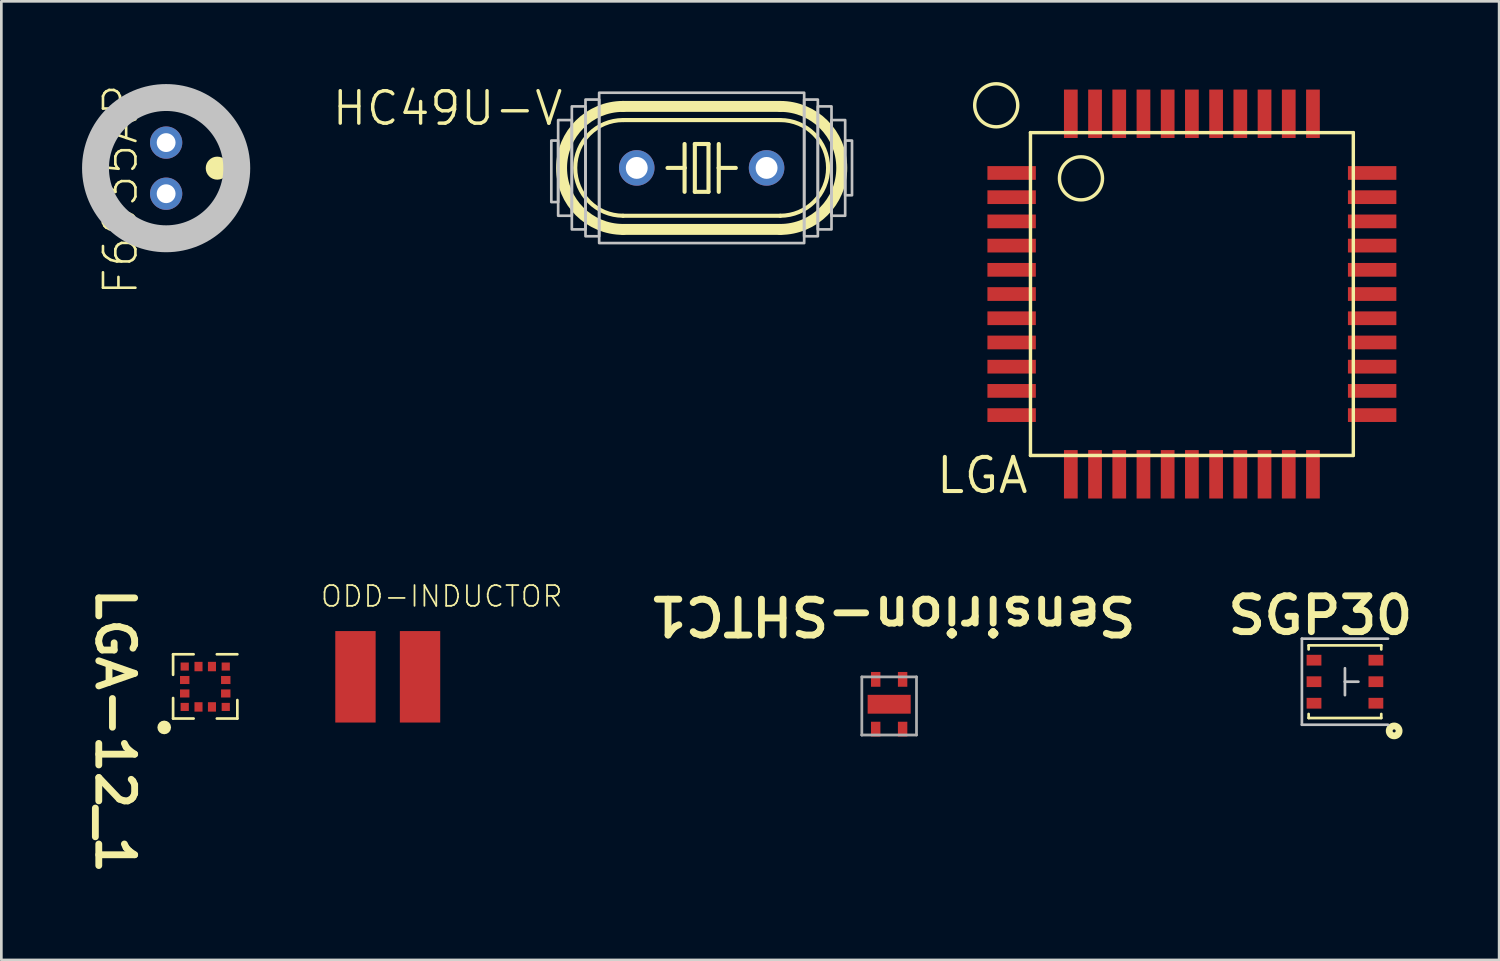
<source format=kicad_pcb>
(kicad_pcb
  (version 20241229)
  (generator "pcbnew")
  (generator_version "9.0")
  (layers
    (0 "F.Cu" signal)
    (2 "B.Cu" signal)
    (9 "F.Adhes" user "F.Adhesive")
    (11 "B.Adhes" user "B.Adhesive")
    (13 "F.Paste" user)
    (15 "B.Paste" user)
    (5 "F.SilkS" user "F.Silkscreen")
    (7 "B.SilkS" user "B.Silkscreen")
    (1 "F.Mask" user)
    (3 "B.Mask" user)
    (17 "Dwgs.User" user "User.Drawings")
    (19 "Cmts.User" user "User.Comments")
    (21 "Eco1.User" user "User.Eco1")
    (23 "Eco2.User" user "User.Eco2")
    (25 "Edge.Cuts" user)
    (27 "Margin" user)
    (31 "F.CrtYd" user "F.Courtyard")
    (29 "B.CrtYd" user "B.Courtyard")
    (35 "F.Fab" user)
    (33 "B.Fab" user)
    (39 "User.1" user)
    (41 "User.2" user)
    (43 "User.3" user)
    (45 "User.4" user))
  (footprint "LGA"
    (layer "F.Cu")
    (at 35.251 13.879)
    (property "Reference" "LGA" (at 0 0 0) (layer "F.SilkS") (effects (font (size 1.27 1.27) (thickness 0.15)) (justify right top)))
    (attr through_hole)
    (fp_line (start 0 -12) (end 0 0) (stroke (width 0.127) (type solid)) (layer "F.SilkS"))
    (fp_line (start 12 -12) (end 0 -12) (stroke (width 0.127) (type solid)) (layer "F.SilkS"))
    (fp_line (start 12 -12) (end 12 0) (stroke (width 0.127) (type solid)) (layer "F.SilkS"))
    (fp_line (start 12 0) (end 0 0) (stroke (width 0.127) (type solid)) (layer "F.SilkS"))
    (fp_circle (center -1.273 -13.015) (end -0.473 -13.015) (stroke (width 0.127) (type solid)) (fill no) (layer "F.SilkS"))
    (fp_circle (center 1.877 -10.3) (end 2.677 -10.3) (stroke (width 0.127) (type solid)) (fill no) (layer "F.SilkS"))
    (pad "P$1" smd rect (at -0.7 -10.5) (size 1.8 0.51) (layers "F.Cu" "F.Mask" "F.Paste"))
    (pad "P$2" smd rect (at -0.7 -9.6) (size 1.8 0.51) (layers "F.Cu" "F.Mask" "F.Paste"))
    (pad "P$3" smd rect (at -0.7 -8.7) (size 1.8 0.51) (layers "F.Cu" "F.Mask" "F.Paste"))
    (pad "P$4" smd rect (at -0.7 -7.8) (size 1.8 0.51) (layers "F.Cu" "F.Mask" "F.Paste"))
    (pad "P$5" smd rect (at -0.7 -6.9) (size 1.8 0.51) (layers "F.Cu" "F.Mask" "F.Paste"))
    (pad "P$6" smd rect (at -0.7 -6) (size 1.8 0.51) (layers "F.Cu" "F.Mask" "F.Paste"))
    (pad "P$7" smd rect (at -0.7 -5.1) (size 1.8 0.51) (layers "F.Cu" "F.Mask" "F.Paste"))
    (pad "P$8" smd rect (at -0.7 -4.2) (size 1.8 0.51) (layers "F.Cu" "F.Mask" "F.Paste"))
    (pad "P$9" smd rect (at -0.7 -3.3) (size 1.8 0.51) (layers "F.Cu" "F.Mask" "F.Paste"))
    (pad "P$10" smd rect (at -0.7 -2.4) (size 1.8 0.51) (layers "F.Cu" "F.Mask" "F.Paste"))
    (pad "P$11" smd rect (at -0.7 -1.5) (size 1.8 0.51) (layers "F.Cu" "F.Mask" "F.Paste"))
    (pad "P$12" smd rect (at 1.5 0.7 90) (size 1.8 0.51) (layers "F.Cu" "F.Mask" "F.Paste"))
    (pad "P$13" smd rect (at 2.4 0.7 90) (size 1.8 0.51) (layers "F.Cu" "F.Mask" "F.Paste"))
    (pad "P$14" smd rect (at 3.3 0.7 90) (size 1.8 0.51) (layers "F.Cu" "F.Mask" "F.Paste"))
    (pad "P$15" smd rect (at 4.2 0.7 90) (size 1.8 0.51) (layers "F.Cu" "F.Mask" "F.Paste"))
    (pad "P$16" smd rect (at 5.1 0.7 90) (size 1.8 0.51) (layers "F.Cu" "F.Mask" "F.Paste"))
    (pad "P$17" smd rect (at 6 0.7 90) (size 1.8 0.51) (layers "F.Cu" "F.Mask" "F.Paste"))
    (pad "P$18" smd rect (at 6.9 0.7 90) (size 1.8 0.51) (layers "F.Cu" "F.Mask" "F.Paste"))
    (pad "P$19" smd rect (at 7.8 0.7 90) (size 1.8 0.51) (layers "F.Cu" "F.Mask" "F.Paste"))
    (pad "P$20" smd rect (at 8.7 0.7 90) (size 1.8 0.51) (layers "F.Cu" "F.Mask" "F.Paste"))
    (pad "P$21" smd rect (at 9.6 0.7 90) (size 1.8 0.51) (layers "F.Cu" "F.Mask" "F.Paste"))
    (pad "P$22" smd rect (at 10.5 0.7 90) (size 1.8 0.51) (layers "F.Cu" "F.Mask" "F.Paste"))
    (pad "P$23" smd rect (at 12.7 -1.5 180) (size 1.8 0.51) (layers "F.Cu" "F.Mask" "F.Paste"))
    (pad "P$24" smd rect (at 12.7 -2.4 180) (size 1.8 0.51) (layers "F.Cu" "F.Mask" "F.Paste"))
    (pad "P$25" smd rect (at 12.7 -3.3 180) (size 1.8 0.51) (layers "F.Cu" "F.Mask" "F.Paste"))
    (pad "P$26" smd rect (at 12.7 -4.2 180) (size 1.8 0.51) (layers "F.Cu" "F.Mask" "F.Paste"))
    (pad "P$27" smd rect (at 12.7 -5.1 180) (size 1.8 0.51) (layers "F.Cu" "F.Mask" "F.Paste"))
    (pad "P$28" smd rect (at 12.7 -6 180) (size 1.8 0.51) (layers "F.Cu" "F.Mask" "F.Paste"))
    (pad "P$29" smd rect (at 12.7 -6.9 180) (size 1.8 0.51) (layers "F.Cu" "F.Mask" "F.Paste"))
    (pad "P$30" smd rect (at 12.7 -7.8 180) (size 1.8 0.51) (layers "F.Cu" "F.Mask" "F.Paste"))
    (pad "P$31" smd rect (at 12.7 -8.7 180) (size 1.8 0.51) (layers "F.Cu" "F.Mask" "F.Paste"))
    (pad "P$32" smd rect (at 12.7 -9.6 180) (size 1.8 0.51) (layers "F.Cu" "F.Mask" "F.Paste"))
    (pad "P$33" smd rect (at 12.7 -10.5 180) (size 1.8 0.51) (layers "F.Cu" "F.Mask" "F.Paste"))
    (pad "P$34" smd rect (at 10.5 -12.7 270) (size 1.8 0.51) (layers "F.Cu" "F.Mask" "F.Paste"))
    (pad "P$35" smd rect (at 9.6 -12.7 270) (size 1.8 0.51) (layers "F.Cu" "F.Mask" "F.Paste"))
    (pad "P$36" smd rect (at 8.7 -12.7 270) (size 1.8 0.51) (layers "F.Cu" "F.Mask" "F.Paste"))
    (pad "P$37" smd rect (at 7.8 -12.7 270) (size 1.8 0.51) (layers "F.Cu" "F.Mask" "F.Paste"))
    (pad "P$38" smd rect (at 6.9 -12.7 270) (size 1.8 0.51) (layers "F.Cu" "F.Mask" "F.Paste"))
    (pad "P$39" smd rect (at 6 -12.7 270) (size 1.8 0.51) (layers "F.Cu" "F.Mask" "F.Paste"))
    (pad "P$40" smd rect (at 5.1 -12.7 270) (size 1.8 0.51) (layers "F.Cu" "F.Mask" "F.Paste"))
    (pad "P$41" smd rect (at 4.2 -12.7 270) (size 1.8 0.51) (layers "F.Cu" "F.Mask" "F.Paste"))
    (pad "P$42" smd rect (at 3.3 -12.7 270) (size 1.8 0.51) (layers "F.Cu" "F.Mask" "F.Paste"))
    (pad "P$43" smd rect (at 2.4 -12.7 270) (size 1.8 0.51) (layers "F.Cu" "F.Mask" "F.Paste"))
    (pad "P$44" smd rect (at 1.5 -12.7 270) (size 1.8 0.51) (layers "F.Cu" "F.Mask" "F.Paste")))
  (footprint "SGP30"
    (layer "F.Cu")
    (at 46.94 22.288)
    (property "Reference" "SGP30" (at -0.914 -2.464 0) (unlocked yes) (layer "F.SilkS") (effects (font (size 1.333 1.402) (thickness 0.254))))
    (attr smd)
    (fp_line (start -1.35 -1.35) (end -1.35 -1.2) (stroke (width 0.1) (type solid)) (layer "F.SilkS"))
    (fp_line (start -1.35 1.2) (end -1.35 1.35) (stroke (width 0.1) (type solid)) (layer "F.SilkS"))
    (fp_line (start 1.35 -1.35) (end -1.35 -1.35) (stroke (width 0.1) (type solid)) (layer "F.SilkS"))
    (fp_line (start 1.35 -1.35) (end 1.35 -1.2) (stroke (width 0.1) (type solid)) (layer "F.SilkS"))
    (fp_line (start 1.35 1.2) (end 1.35 1.35) (stroke (width 0.1) (type solid)) (layer "F.SilkS"))
    (fp_line (start 1.35 1.35) (end -1.35 1.35) (stroke (width 0.1) (type solid)) (layer "F.SilkS"))
    (fp_arc (start 1.772 1.8288) (mid 1.8856 1.8288) (end 1.772 1.8288) (stroke (width 0.254) (type solid)) (layer "F.SilkS"))
    (fp_line (start -1.6 -1.6) (end -1.6 1.6) (stroke (width 0.1) (type solid)) (layer "Dwgs.User"))
    (fp_line (start 0 -0.5) (end 0 0) (stroke (width 0.1) (type solid)) (layer "Dwgs.User"))
    (fp_line (start 0 0) (end 0 0.5) (stroke (width 0.1) (type solid)) (layer "Dwgs.User"))
    (fp_line (start 0.5 0) (end 0 0) (stroke (width 0.1) (type solid)) (layer "Dwgs.User"))
    (fp_line (start 1.6 -1.6) (end -1.6 -1.6) (stroke (width 0.1) (type solid)) (layer "Dwgs.User"))
    (fp_line (start 1.6 1.6) (end -1.6 1.6) (stroke (width 0.1) (type solid)) (layer "Dwgs.User"))
    (pad "1" smd rect (at 1.15 0.8) (size 0.55 0.4) (layers "F.Cu" "F.Mask" "F.Paste"))
    (pad "2" smd rect (at 1.15 0) (size 0.55 0.4) (layers "F.Cu" "F.Mask" "F.Paste"))
    (pad "3" smd rect (at 1.15 -0.8) (size 0.55 0.4) (layers "F.Cu" "F.Mask" "F.Paste"))
    (pad "4" smd rect (at -1.15 -0.8) (size 0.55 0.4) (layers "F.Cu" "F.Mask" "F.Paste"))
    (pad "5" smd rect (at -1.15 0) (size 0.55 0.4) (layers "F.Cu" "F.Mask" "F.Paste"))
    (pad "6" smd rect (at -1.15 0.8) (size 0.55 0.4) (layers "F.Cu" "F.Mask" "F.Paste")))
  (footprint "F6035AP"
    (layer "F.Cu")
    (at 3.125 3.2)
    (property "Reference" "F6035AP" (at -2.4 -3.2 270) (layer "F.SilkS") (effects (font (size 1.206 1.206) (thickness 0.097)) (justify right top)))
    (attr through_hole)
    (fp_circle (center 0 0) (end 2.875 0) (stroke (width 0.203) (type solid)) (fill no) (layer "F.SilkS"))
    (fp_circle (center 1.9 0) (end 2.328 0) (stroke (width 0) (type solid)) (fill yes) (layer "F.SilkS"))
    (fp_circle (center 0 0) (end 2.625 0) (stroke (width 1) (type solid)) (fill no) (layer "Dwgs.User"))
    (pad "1" thru_hole circle (at 0 -0.95) (size 1.2 1.2) (drill 0.7) (layers "*.Cu" "*.Mask"))
    (pad "2" thru_hole circle (at 0 0.95) (size 1.2 1.2) (drill 0.7) (layers "*.Cu" "*.Mask")))
  (footprint "HC49U-V"
    (layer "F.Cu")
    (at 23.03 3.191)
    (property "Reference" "HC49U-V" (at -5.08 -2.921 0) (layer "F.SilkS") (effects (font (size 1.206 1.206) (thickness 0.127)) (justify right top)))
    (attr through_hole)
    (fp_line (start -2.921 -2.286) (end 2.921 -2.286) (stroke (width 0.406) (type solid)) (layer "F.SilkS"))
    (fp_line (start -2.921 1.778) (end 2.921 1.778) (stroke (width 0.152) (type solid)) (layer "F.SilkS"))
    (fp_line (start -2.921 2.286) (end 2.921 2.286) (stroke (width 0.406) (type solid)) (layer "F.SilkS"))
    (fp_line (start -0.635 -0.889) (end -0.635 0) (stroke (width 0.152) (type solid)) (layer "F.SilkS"))
    (fp_line (start -0.635 0) (end -1.27 0) (stroke (width 0.152) (type solid)) (layer "F.SilkS"))
    (fp_line (start -0.635 0) (end -0.635 0.889) (stroke (width 0.152) (type solid)) (layer "F.SilkS"))
    (fp_line (start -0.254 -0.889) (end 0.254 -0.889) (stroke (width 0.152) (type solid)) (layer "F.SilkS"))
    (fp_line (start -0.254 0.889) (end -0.254 -0.889) (stroke (width 0.152) (type solid)) (layer "F.SilkS"))
    (fp_line (start 0.254 -0.889) (end 0.254 0.889) (stroke (width 0.152) (type solid)) (layer "F.SilkS"))
    (fp_line (start 0.254 0.889) (end -0.254 0.889) (stroke (width 0.152) (type solid)) (layer "F.SilkS"))
    (fp_line (start 0.635 -0.889) (end 0.635 0) (stroke (width 0.152) (type solid)) (layer "F.SilkS"))
    (fp_line (start 0.635 0) (end 0.635 0.889) (stroke (width 0.152) (type solid)) (layer "F.SilkS"))
    (fp_line (start 0.635 0) (end 1.27 0) (stroke (width 0.152) (type solid)) (layer "F.SilkS"))
    (fp_line (start 2.921 -1.778) (end -2.921 -1.778) (stroke (width 0.152) (type solid)) (layer "F.SilkS"))
    (fp_arc (start -2.921 1.778) (mid -4.699 0) (end -2.921 -1.778) (stroke (width 0.1524) (type solid)) (layer "F.SilkS"))
    (fp_arc (start -2.921 2.286) (mid -5.207 0) (end -2.921 -2.286) (stroke (width 0.4064) (type solid)) (layer "F.SilkS"))
    (fp_arc (start 2.921 -2.286) (mid 5.207 0) (end 2.921 2.286) (stroke (width 0.4064) (type solid)) (layer "F.SilkS"))
    (fp_arc (start 2.921 -1.778) (mid 4.699 0) (end 2.921 1.778) (stroke (width 0.1524) (type solid)) (layer "F.SilkS"))
    (fp_poly (pts (xy -5.588 1.27) (xy -5.334 1.27) (xy -5.334 -1.016) (xy -5.588 -1.016)) (stroke (width 0.1) (type solid)) (fill no) (layer "Dwgs.User"))
    (fp_poly (pts (xy -5.334 1.778) (xy -4.826 1.778) (xy -4.826 -1.778) (xy -5.334 -1.778)) (stroke (width 0.1) (type solid)) (fill no) (layer "Dwgs.User"))
    (fp_poly (pts (xy -4.826 2.286) (xy -4.318 2.286) (xy -4.318 -2.286) (xy -4.826 -2.286)) (stroke (width 0.1) (type solid)) (fill no) (layer "Dwgs.User"))
    (fp_poly (pts (xy -4.318 2.54) (xy -3.81 2.54) (xy -3.81 -2.54) (xy -4.318 -2.54)) (stroke (width 0.1) (type solid)) (fill no) (layer "Dwgs.User"))
    (fp_poly (pts (xy -3.81 2.794) (xy 3.81 2.794) (xy 3.81 -2.794) (xy -3.81 -2.794)) (stroke (width 0.1) (type solid)) (fill no) (layer "Dwgs.User"))
    (fp_poly (pts (xy 3.81 2.54) (xy 4.318 2.54) (xy 4.318 -2.54) (xy 3.81 -2.54)) (stroke (width 0.1) (type solid)) (fill no) (layer "Dwgs.User"))
    (fp_poly (pts (xy 4.318 2.286) (xy 4.826 2.286) (xy 4.826 -2.286) (xy 4.318 -2.286)) (stroke (width 0.1) (type solid)) (fill no) (layer "Dwgs.User"))
    (fp_poly (pts (xy 4.826 1.778) (xy 5.334 1.778) (xy 5.334 -1.778) (xy 4.826 -1.778)) (stroke (width 0.1) (type solid)) (fill no) (layer "Dwgs.User"))
    (fp_poly (pts (xy 5.334 1.016) (xy 5.588 1.016) (xy 5.588 -1.016) (xy 5.334 -1.016)) (stroke (width 0.1) (type solid)) (fill no) (layer "Dwgs.User"))
    (pad "1" thru_hole circle (at -2.413 0) (size 1.321 1.321) (drill 0.813) (layers "*.Cu" "*.Mask"))
    (pad "2" thru_hole circle (at 2.413 0) (size 1.321 1.321) (drill 0.813) (layers "*.Cu" "*.Mask")))
  (footprint "Sensirion-SHTC1"
    (layer "F.Cu")
    (at 29.999 23.126)
    (property "Reference" "Sensirion-SHTC1" (at 0.127 -3.302 180) (unlocked yes) (layer "F.SilkS") (effects (font (size 1.333 1.402) (thickness 0.254))))
    (attr smd)
    (fp_line (start -1.016 -1.016) (end -1.016 1.143) (stroke (width 0.102) (type solid)) (layer "F.Fab"))
    (fp_line (start -1.016 1.143) (end -1.016 1.143) (stroke (width 0.102) (type solid)) (layer "F.Fab"))
    (fp_line (start 1.016 -1.016) (end -1.016 -1.016) (stroke (width 0.102) (type solid)) (layer "F.Fab"))
    (fp_line (start 1.016 -1.016) (end 1.016 1.143) (stroke (width 0.102) (type solid)) (layer "F.Fab"))
    (fp_line (start 1.016 1.143) (end -1.016 1.143) (stroke (width 0.102) (type solid)) (layer "F.Fab"))
    (pad "1" smd rect (at 0.5 -0.925) (size 0.35 0.55) (layers "F.Cu" "F.Mask" "F.Paste"))
    (pad "2" smd rect (at -0.5 -0.925 180) (size 0.35 0.55) (layers "F.Cu" "F.Mask" "F.Paste"))
    (pad "3" smd rect (at -0.5 0.925 180) (size 0.35 0.55) (layers "F.Cu" "F.Mask" "F.Paste"))
    (pad "4" smd rect (at 0.5 0.925) (size 0.35 0.55) (layers "F.Cu" "F.Mask" "F.Paste"))
    (pad "5" smd rect (at 0 0) (size 1.6 0.7) (layers "F.Cu" "F.Mask" "F.Paste")))
  (footprint "LGA-12_1"
    (layer "F.Cu")
    (at 3.816 23.225)
    (property "Reference" "LGA-12_1" (at -2.591 0.889 270) (unlocked yes) (layer "F.SilkS") (effects (font (size 1.333 1.402) (thickness 0.254))))
    (attr smd)
    (fp_line (start -0.432 -1.956) (end -0.432 -1.194) (stroke (width 0.1) (type solid)) (layer "F.SilkS"))
    (fp_line (start -0.432 -0.33) (end -0.432 0.432) (stroke (width 0.1) (type solid)) (layer "F.SilkS"))
    (fp_line (start 0.33 -1.956) (end -0.432 -1.956) (stroke (width 0.1) (type solid)) (layer "F.SilkS"))
    (fp_line (start 0.33 0.432) (end -0.432 0.432) (stroke (width 0.1) (type solid)) (layer "F.SilkS"))
    (fp_line (start 1.956 -1.956) (end 1.194 -1.956) (stroke (width 0.1) (type solid)) (layer "F.SilkS"))
    (fp_line (start 1.956 -0.254) (end 1.956 0.432) (stroke (width 0.1) (type solid)) (layer "F.SilkS"))
    (fp_line (start 1.956 0.432) (end 1.194 0.432) (stroke (width 0.1) (type solid)) (layer "F.SilkS"))
    (fp_arc (start -0.889 0.762) (mid -0.635 0.762) (end -0.889 0.762) (stroke (width 0.254) (type solid)) (layer "F.SilkS"))
    (pad "1" smd rect (at 0 0 90) (size 0.3 0.305) (layers "F.Cu" "F.Mask" "F.Paste"))
    (pad "2" smd rect (at 0.512 0) (size 0.3 0.35) (layers "F.Cu" "F.Mask" "F.Paste"))
    (pad "3" smd rect (at 1.012 0) (size 0.3 0.35) (layers "F.Cu" "F.Mask" "F.Paste"))
    (pad "4" smd rect (at 1.525 0 90) (size 0.3 0.305) (layers "F.Cu" "F.Mask" "F.Paste"))
    (pad "5" smd rect (at 1.525 -0.5 90) (size 0.3 0.35) (layers "F.Cu" "F.Mask" "F.Paste"))
    (pad "6" smd rect (at 1.525 -1 90) (size 0.3 0.35) (layers "F.Cu" "F.Mask" "F.Paste"))
    (pad "7" smd rect (at 1.525 -1.5 90) (size 0.3 0.305) (layers "F.Cu" "F.Mask" "F.Paste"))
    (pad "8" smd rect (at 1.012 -1.5) (size 0.3 0.35) (layers "F.Cu" "F.Mask" "F.Paste"))
    (pad "9" smd rect (at 0.512 -1.5) (size 0.3 0.35) (layers "F.Cu" "F.Mask" "F.Paste"))
    (pad "10" smd rect (at 0 -1.5 90) (size 0.3 0.305) (layers "F.Cu" "F.Mask" "F.Paste"))
    (pad "11" smd rect (at 0 -1 90) (size 0.3 0.35) (layers "F.Cu" "F.Mask" "F.Paste"))
    (pad "12" smd rect (at 0 -0.5 90) (size 0.3 0.35) (layers "F.Cu" "F.Mask" "F.Paste")))
  (footprint "ODD-INDUCTOR"
    (layer "F.Cu")
    (at 11.362 22.106)
    (property "Reference" "ODD-INDUCTOR" (at -2.54 -2.54 0) (layer "F.SilkS") (effects (font (size 0.772 0.772) (thickness 0.065)) (justify left bottom)))
    (attr through_hole)
    (pad "P$1" smd rect (at -1.2 0 90) (size 3.4 1.5) (layers "F.Cu" "F.Mask" "F.Paste"))
    (pad "P$2" smd rect (at 1.2 0 90) (size 3.4 1.5) (layers "F.Cu" "F.Mask" "F.Paste")))
  (gr_rect
    (start -3 -3)
    (end 52.671 32.629)
    (stroke (width 0.1) (type default))
    (fill no)
    (layer "Edge.Cuts")))
</source>
